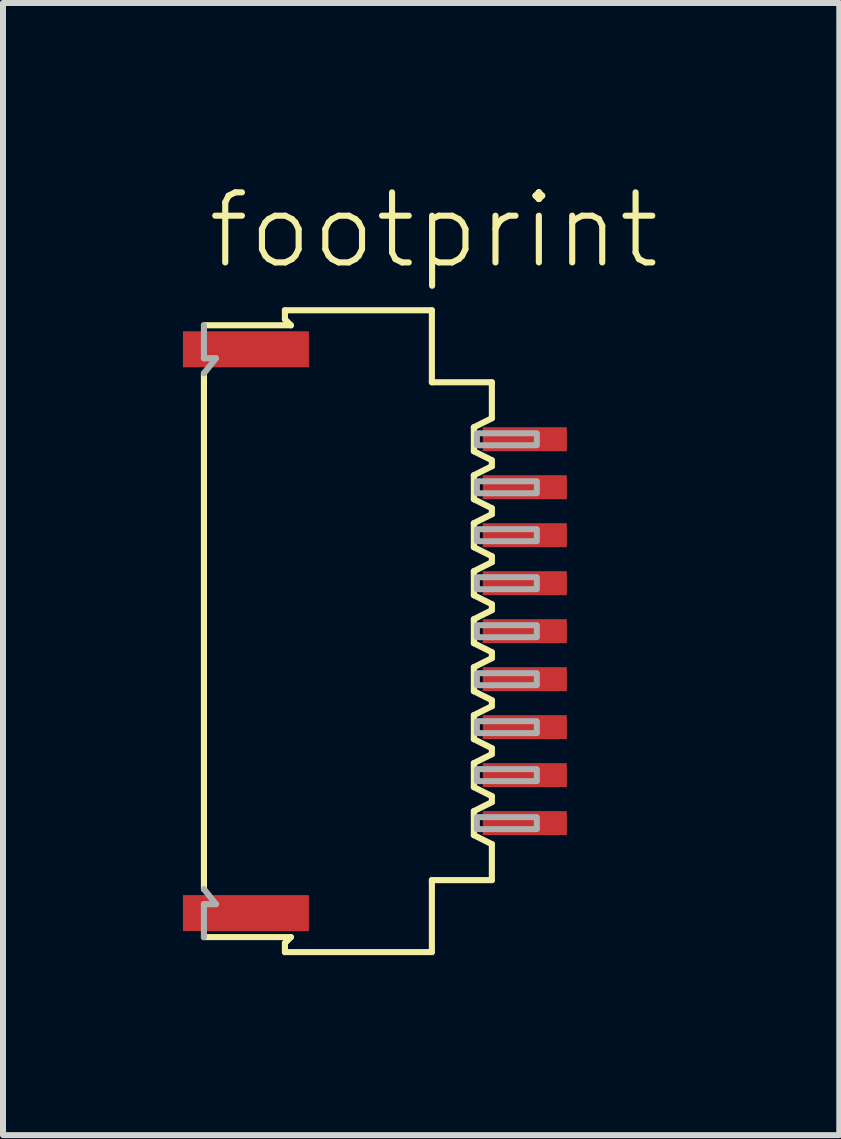
<source format=kicad_pcb>
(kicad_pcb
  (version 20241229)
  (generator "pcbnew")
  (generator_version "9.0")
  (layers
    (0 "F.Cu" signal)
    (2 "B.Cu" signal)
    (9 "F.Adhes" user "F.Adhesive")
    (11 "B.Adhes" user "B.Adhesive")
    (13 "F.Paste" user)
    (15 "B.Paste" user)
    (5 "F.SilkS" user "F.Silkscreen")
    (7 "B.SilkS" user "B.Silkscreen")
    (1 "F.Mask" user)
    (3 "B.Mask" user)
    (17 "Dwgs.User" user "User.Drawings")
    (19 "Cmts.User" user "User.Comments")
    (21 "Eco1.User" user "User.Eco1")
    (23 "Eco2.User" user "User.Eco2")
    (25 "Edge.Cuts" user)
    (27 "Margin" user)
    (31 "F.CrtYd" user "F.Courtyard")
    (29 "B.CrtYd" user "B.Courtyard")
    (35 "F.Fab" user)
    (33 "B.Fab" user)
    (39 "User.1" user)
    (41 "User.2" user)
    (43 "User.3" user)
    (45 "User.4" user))
  (footprint "footprint"
    (layer "F.Cu")
    (at 3.16 7.473)
    (property "Reference" "footprint" (at -2.8 -6 0) (layer "F.SilkS") (effects (font (size 1.168 1.168) (thickness 0.102)) (justify left bottom)))
    (fp_line (start -2.81 -4.3) (end -2.81 4.3) (stroke (width 0.102) (type solid)) (layer "F.SilkS"))
    (fp_line (start -1.46 -5.35) (end -1.46 -5.2) (stroke (width 0.102) (type solid)) (layer "F.SilkS"))
    (fp_line (start -1.46 -5.2) (end -1.36 -5.1) (stroke (width 0.102) (type solid)) (layer "F.SilkS"))
    (fp_line (start -1.46 5.2) (end -1.46 5.35) (stroke (width 0.102) (type solid)) (layer "F.SilkS"))
    (fp_line (start -1.36 -5.1) (end -2.81 -5.1) (stroke (width 0.102) (type solid)) (layer "F.SilkS"))
    (fp_line (start -1.36 5.1) (end -2.81 5.1) (stroke (width 0.102) (type solid)) (layer "F.SilkS"))
    (fp_line (start -1.36 5.1) (end -1.46 5.2) (stroke (width 0.102) (type solid)) (layer "F.SilkS"))
    (fp_line (start 0.99 -5.35) (end -1.46 -5.35) (stroke (width 0.102) (type solid)) (layer "F.SilkS"))
    (fp_line (start 0.99 -4.15) (end 0.99 -5.35) (stroke (width 0.102) (type solid)) (layer "F.SilkS"))
    (fp_line (start 0.99 4.15) (end 1.99 4.15) (stroke (width 0.102) (type solid)) (layer "F.SilkS"))
    (fp_line (start 0.99 5.35) (end -1.46 5.35) (stroke (width 0.102) (type solid)) (layer "F.SilkS"))
    (fp_line (start 0.99 5.35) (end 0.99 4.15) (stroke (width 0.102) (type solid)) (layer "F.SilkS"))
    (fp_line (start 1.69 -3.4) (end 1.99 -3.55) (stroke (width 0.102) (type solid)) (layer "F.SilkS"))
    (fp_line (start 1.69 -3) (end 1.69 -3.4) (stroke (width 0.102) (type solid)) (layer "F.SilkS"))
    (fp_line (start 1.69 -2.6) (end 1.69 -2.2) (stroke (width 0.102) (type solid)) (layer "F.SilkS"))
    (fp_line (start 1.69 -2.2) (end 1.99 -2.05) (stroke (width 0.102) (type solid)) (layer "F.SilkS"))
    (fp_line (start 1.69 -1.4) (end 1.69 -1.8) (stroke (width 0.102) (type solid)) (layer "F.SilkS"))
    (fp_line (start 1.69 -1) (end 1.69 -0.6) (stroke (width 0.102) (type solid)) (layer "F.SilkS"))
    (fp_line (start 1.69 -0.6) (end 1.99 -0.45) (stroke (width 0.102) (type solid)) (layer "F.SilkS"))
    (fp_line (start 1.69 0.2) (end 1.69 -0.2) (stroke (width 0.102) (type solid)) (layer "F.SilkS"))
    (fp_line (start 1.69 0.6) (end 1.69 1) (stroke (width 0.102) (type solid)) (layer "F.SilkS"))
    (fp_line (start 1.69 1) (end 1.99 1.15) (stroke (width 0.102) (type solid)) (layer "F.SilkS"))
    (fp_line (start 1.69 1.8) (end 1.69 1.4) (stroke (width 0.102) (type solid)) (layer "F.SilkS"))
    (fp_line (start 1.69 2.2) (end 1.69 2.6) (stroke (width 0.102) (type solid)) (layer "F.SilkS"))
    (fp_line (start 1.69 2.6) (end 1.99 2.75) (stroke (width 0.102) (type solid)) (layer "F.SilkS"))
    (fp_line (start 1.69 3.4) (end 1.69 3) (stroke (width 0.102) (type solid)) (layer "F.SilkS"))
    (fp_line (start 1.69 3.4) (end 1.99 3.55) (stroke (width 0.102) (type solid)) (layer "F.SilkS"))
    (fp_line (start 1.99 -4.15) (end 0.99 -4.15) (stroke (width 0.102) (type solid)) (layer "F.SilkS"))
    (fp_line (start 1.99 -3.55) (end 1.99 -4.15) (stroke (width 0.102) (type solid)) (layer "F.SilkS"))
    (fp_line (start 1.99 -2.85) (end 1.69 -3) (stroke (width 0.102) (type solid)) (layer "F.SilkS"))
    (fp_line (start 1.99 -2.85) (end 1.99 -2.75) (stroke (width 0.102) (type solid)) (layer "F.SilkS"))
    (fp_line (start 1.99 -2.75) (end 1.69 -2.6) (stroke (width 0.102) (type solid)) (layer "F.SilkS"))
    (fp_line (start 1.99 -2.05) (end 1.99 -1.95) (stroke (width 0.102) (type solid)) (layer "F.SilkS"))
    (fp_line (start 1.99 -1.95) (end 1.69 -1.8) (stroke (width 0.102) (type solid)) (layer "F.SilkS"))
    (fp_line (start 1.99 -1.25) (end 1.69 -1.4) (stroke (width 0.102) (type solid)) (layer "F.SilkS"))
    (fp_line (start 1.99 -1.25) (end 1.99 -1.15) (stroke (width 0.102) (type solid)) (layer "F.SilkS"))
    (fp_line (start 1.99 -1.15) (end 1.69 -1) (stroke (width 0.102) (type solid)) (layer "F.SilkS"))
    (fp_line (start 1.99 -0.45) (end 1.99 -0.35) (stroke (width 0.102) (type solid)) (layer "F.SilkS"))
    (fp_line (start 1.99 -0.35) (end 1.69 -0.2) (stroke (width 0.102) (type solid)) (layer "F.SilkS"))
    (fp_line (start 1.99 0.35) (end 1.69 0.2) (stroke (width 0.102) (type solid)) (layer "F.SilkS"))
    (fp_line (start 1.99 0.35) (end 1.99 0.45) (stroke (width 0.102) (type solid)) (layer "F.SilkS"))
    (fp_line (start 1.99 0.45) (end 1.69 0.6) (stroke (width 0.102) (type solid)) (layer "F.SilkS"))
    (fp_line (start 1.99 1.15) (end 1.99 1.25) (stroke (width 0.102) (type solid)) (layer "F.SilkS"))
    (fp_line (start 1.99 1.25) (end 1.69 1.4) (stroke (width 0.102) (type solid)) (layer "F.SilkS"))
    (fp_line (start 1.99 1.95) (end 1.69 1.8) (stroke (width 0.102) (type solid)) (layer "F.SilkS"))
    (fp_line (start 1.99 1.95) (end 1.99 2.05) (stroke (width 0.102) (type solid)) (layer "F.SilkS"))
    (fp_line (start 1.99 2.05) (end 1.69 2.2) (stroke (width 0.102) (type solid)) (layer "F.SilkS"))
    (fp_line (start 1.99 2.75) (end 1.99 2.85) (stroke (width 0.102) (type solid)) (layer "F.SilkS"))
    (fp_line (start 1.99 2.85) (end 1.69 3) (stroke (width 0.102) (type solid)) (layer "F.SilkS"))
    (fp_line (start 1.99 4.15) (end 1.99 3.55) (stroke (width 0.102) (type solid)) (layer "F.SilkS"))
    (fp_line (start -2.81 -5.1) (end -2.81 -4.55) (stroke (width 0.102) (type solid)) (layer "F.Fab"))
    (fp_line (start -2.81 -4.55) (end -2.61 -4.55) (stroke (width 0.102) (type solid)) (layer "F.Fab"))
    (fp_line (start -2.81 4.3) (end -2.61 4.55) (stroke (width 0.102) (type solid)) (layer "F.Fab"))
    (fp_line (start -2.81 4.55) (end -2.81 5.1) (stroke (width 0.102) (type solid)) (layer "F.Fab"))
    (fp_line (start -2.81 4.55) (end -2.61 4.55) (stroke (width 0.102) (type solid)) (layer "F.Fab"))
    (fp_line (start -2.61 -4.55) (end -2.81 -4.3) (stroke (width 0.102) (type solid)) (layer "F.Fab"))
    (fp_poly (pts (xy 1.74 -3.1) (xy 2.74 -3.1) (xy 2.74 -3.3) (xy 1.74 -3.3)) (stroke (width 0.1) (type solid)) (fill no) (layer "F.Fab"))
    (fp_poly (pts (xy 1.74 -2.3) (xy 2.74 -2.3) (xy 2.74 -2.5) (xy 1.74 -2.5)) (stroke (width 0.1) (type solid)) (fill no) (layer "F.Fab"))
    (fp_poly (pts (xy 1.74 -1.5) (xy 2.74 -1.5) (xy 2.74 -1.7) (xy 1.74 -1.7)) (stroke (width 0.1) (type solid)) (fill no) (layer "F.Fab"))
    (fp_poly (pts (xy 1.74 -0.7) (xy 2.74 -0.7) (xy 2.74 -0.9) (xy 1.74 -0.9)) (stroke (width 0.1) (type solid)) (fill no) (layer "F.Fab"))
    (fp_poly (pts (xy 1.74 0.1) (xy 2.74 0.1) (xy 2.74 -0.1) (xy 1.74 -0.1)) (stroke (width 0.1) (type solid)) (fill no) (layer "F.Fab"))
    (fp_poly (pts (xy 1.74 0.9) (xy 2.74 0.9) (xy 2.74 0.7) (xy 1.74 0.7)) (stroke (width 0.1) (type solid)) (fill no) (layer "F.Fab"))
    (fp_poly (pts (xy 1.74 1.7) (xy 2.74 1.7) (xy 2.74 1.5) (xy 1.74 1.5)) (stroke (width 0.1) (type solid)) (fill no) (layer "F.Fab"))
    (fp_poly (pts (xy 1.74 2.5) (xy 2.74 2.5) (xy 2.74 2.3) (xy 1.74 2.3)) (stroke (width 0.1) (type solid)) (fill no) (layer "F.Fab"))
    (fp_poly (pts (xy 1.74 3.3) (xy 2.74 3.3) (xy 2.74 3.1) (xy 1.74 3.1)) (stroke (width 0.1) (type solid)) (fill no) (layer "F.Fab"))
    (pad "1" smd rect (at 2.54 -3.2) (size 1.4 0.4) (layers "F.Cu" "F.Mask" "F.Paste"))
    (pad "2" smd rect (at 2.54 -2.4) (size 1.4 0.4) (layers "F.Cu" "F.Mask" "F.Paste"))
    (pad "3" smd rect (at 2.54 -1.6) (size 1.4 0.4) (layers "F.Cu" "F.Mask" "F.Paste"))
    (pad "4" smd rect (at 2.54 -0.8) (size 1.4 0.4) (layers "F.Cu" "F.Mask" "F.Paste"))
    (pad "5" smd rect (at 2.54 0) (size 1.4 0.4) (layers "F.Cu" "F.Mask" "F.Paste"))
    (pad "6" smd rect (at 2.54 0.8) (size 1.4 0.4) (layers "F.Cu" "F.Mask" "F.Paste"))
    (pad "7" smd rect (at 2.54 1.6) (size 1.4 0.4) (layers "F.Cu" "F.Mask" "F.Paste"))
    (pad "8" smd rect (at 2.54 2.4) (size 1.4 0.4) (layers "F.Cu" "F.Mask" "F.Paste"))
    (pad "9" smd rect (at 2.54 3.2) (size 1.4 0.4) (layers "F.Cu" "F.Mask" "F.Paste"))
    (pad "M1" smd rect (at -2.11 -4.7) (size 2.1 0.6) (layers "F.Cu" "F.Mask" "F.Paste"))
    (pad "M2" smd rect (at -2.11 4.7) (size 2.1 0.6) (layers "F.Cu" "F.Mask" "F.Paste")))
  (gr_rect
    (start -3 -3)
    (end 10.942 15.874)
    (stroke (width 0.1) (type default))
    (fill no)
    (layer "Edge.Cuts")))
</source>
